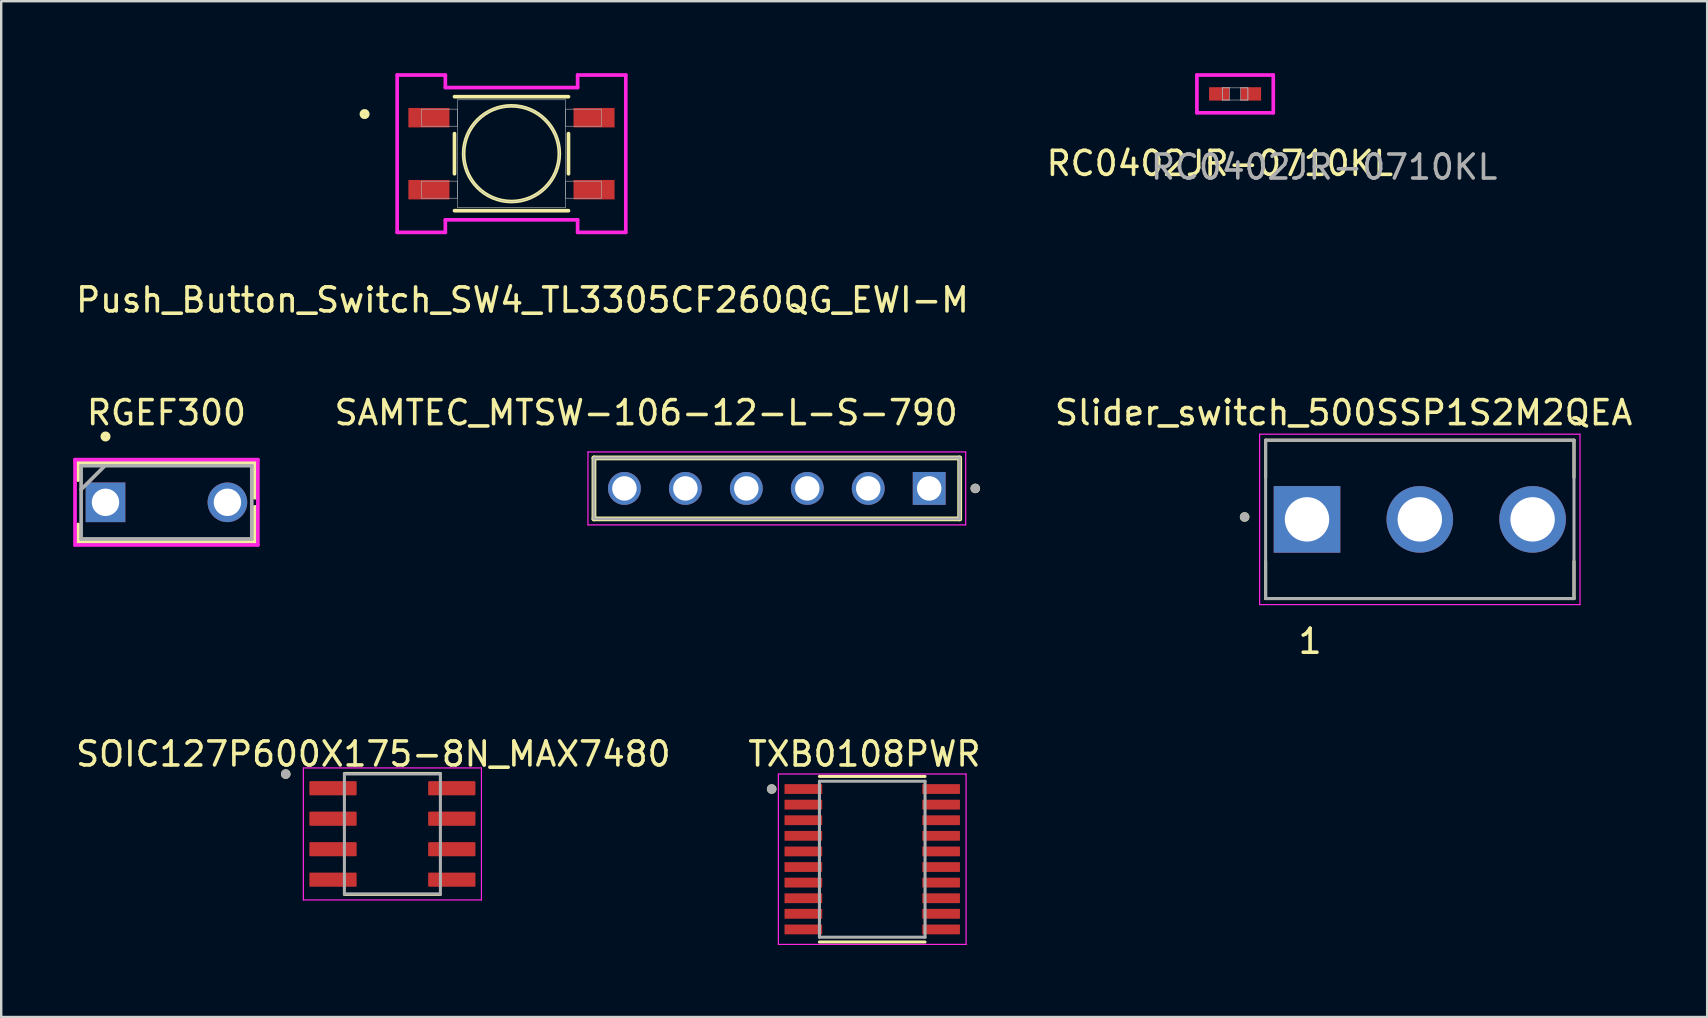
<source format=kicad_pcb>
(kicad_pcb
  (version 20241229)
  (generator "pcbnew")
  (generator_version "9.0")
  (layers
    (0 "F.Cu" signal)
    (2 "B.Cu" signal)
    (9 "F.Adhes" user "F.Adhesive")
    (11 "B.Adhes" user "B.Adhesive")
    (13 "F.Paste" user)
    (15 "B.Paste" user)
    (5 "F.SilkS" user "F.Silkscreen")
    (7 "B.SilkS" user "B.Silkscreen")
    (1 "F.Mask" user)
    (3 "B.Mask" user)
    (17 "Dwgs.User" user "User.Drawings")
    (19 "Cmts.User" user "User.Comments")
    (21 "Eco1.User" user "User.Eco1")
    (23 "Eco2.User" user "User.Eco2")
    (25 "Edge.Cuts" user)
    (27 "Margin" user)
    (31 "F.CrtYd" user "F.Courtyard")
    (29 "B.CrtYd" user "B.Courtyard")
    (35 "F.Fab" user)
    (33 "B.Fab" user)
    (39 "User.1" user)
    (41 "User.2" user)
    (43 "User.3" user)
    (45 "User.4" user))
  (footprint "Slider_switch_500SSP1S2M2QEA"
    (layer "F.Cu")
    (at 56.112 18.592)
    (property "Reference" "Slider_switch_500SSP1S2M2QEA" (at -3.175 -4.445 0) (layer "F.SilkS") (effects (font (size 1 1) (thickness 0.15))))
    (attr through_hole)
    (fp_line (start -6.425 -3.3) (end 6.425 -3.3) (stroke (width 0.127) (type solid)) (layer "F.SilkS"))
    (fp_line (start -6.425 -1.75) (end -6.425 -3.3) (stroke (width 0.127) (type solid)) (layer "F.SilkS"))
    (fp_line (start -6.425 3.3) (end -6.425 1.75) (stroke (width 0.127) (type solid)) (layer "F.SilkS"))
    (fp_line (start 6.425 -3.3) (end 6.425 -1.75) (stroke (width 0.127) (type solid)) (layer "F.SilkS"))
    (fp_line (start 6.425 1.75) (end 6.425 3.3) (stroke (width 0.127) (type solid)) (layer "F.SilkS"))
    (fp_line (start 6.425 3.3) (end -6.425 3.3) (stroke (width 0.127) (type solid)) (layer "F.SilkS"))
    (fp_circle (center -7.3 -0.1) (end -7.2 -0.1) (stroke (width 0.2) (type solid)) (fill no) (layer "F.SilkS"))
    (fp_line (start -6.675 -3.55) (end 6.675 -3.55) (stroke (width 0.05) (type solid)) (layer "F.CrtYd"))
    (fp_line (start -6.675 3.55) (end -6.675 -3.55) (stroke (width 0.05) (type solid)) (layer "F.CrtYd"))
    (fp_line (start 6.675 -3.55) (end 6.675 3.55) (stroke (width 0.05) (type solid)) (layer "F.CrtYd"))
    (fp_line (start 6.675 3.55) (end -6.675 3.55) (stroke (width 0.05) (type solid)) (layer "F.CrtYd"))
    (fp_line (start -6.425 -3.3) (end 6.425 -3.3) (stroke (width 0.127) (type solid)) (layer "F.Fab"))
    (fp_line (start -6.425 3.3) (end -6.425 -3.3) (stroke (width 0.127) (type solid)) (layer "F.Fab"))
    (fp_line (start 6.425 -3.3) (end 6.425 3.3) (stroke (width 0.127) (type solid)) (layer "F.Fab"))
    (fp_line (start 6.425 3.3) (end -6.425 3.3) (stroke (width 0.127) (type solid)) (layer "F.Fab"))
    (fp_circle (center -7.3 -0.1) (end -7.2 -0.1) (stroke (width 0.2) (type solid)) (fill no) (layer "F.Fab"))
    (fp_text user "1" (at -4.572 5.08 0) (unlocked yes) (layer "F.SilkS") (effects (font (size 1 1) (thickness 0.15))))
    (pad "1" thru_hole rect (at -4.7 0) (size 2.775 2.775) (drill 1.85) (layers "*.Cu" "*.Mask"))
    (pad "2" thru_hole circle (at 0 0) (size 2.775 2.775) (drill 1.85) (layers "*.Cu" "*.Mask"))
    (pad "3" thru_hole circle (at 4.7 0) (size 2.775 2.775) (drill 1.85) (layers "*.Cu" "*.Mask")))
  (footprint "SAMTEC_MTSW-106-12-L-S-790"
    (layer "F.Cu")
    (at 29.319 17.302)
    (property "Reference" "SAMTEC_MTSW-106-12-L-S-790" (at -5.445 -3.155 0) (layer "F.SilkS") (effects (font (size 1 1) (thickness 0.15))))
    (attr through_hole)
    (fp_line (start -7.62 1.27) (end -7.62 -1.27) (stroke (width 0.2) (type solid)) (layer "F.SilkS"))
    (fp_line (start 7.62 -1.27) (end -7.62 -1.27) (stroke (width 0.2) (type solid)) (layer "F.SilkS"))
    (fp_line (start 7.62 -1.27) (end 7.62 1.27) (stroke (width 0.2) (type solid)) (layer "F.SilkS"))
    (fp_line (start 7.62 1.27) (end -7.62 1.27) (stroke (width 0.2) (type solid)) (layer "F.SilkS"))
    (fp_circle (center 8.27 0) (end 8.37 0) (stroke (width 0.2) (type solid)) (fill no) (layer "F.SilkS"))
    (fp_line (start -7.87 -1.52) (end 7.87 -1.52) (stroke (width 0.05) (type solid)) (layer "F.CrtYd"))
    (fp_line (start -7.87 1.52) (end -7.87 -1.52) (stroke (width 0.05) (type solid)) (layer "F.CrtYd"))
    (fp_line (start 7.87 -1.52) (end 7.87 1.52) (stroke (width 0.05) (type solid)) (layer "F.CrtYd"))
    (fp_line (start 7.87 1.52) (end -7.87 1.52) (stroke (width 0.05) (type solid)) (layer "F.CrtYd"))
    (fp_line (start -7.62 -1.27) (end 7.62 -1.27) (stroke (width 0.1) (type solid)) (layer "F.Fab"))
    (fp_line (start -7.62 -1.27) (end 7.62 -1.27) (stroke (width 0.1) (type solid)) (layer "F.Fab"))
    (fp_line (start -7.62 1.27) (end -7.62 -1.27) (stroke (width 0.1) (type solid)) (layer "F.Fab"))
    (fp_line (start -7.62 1.27) (end -7.62 -1.27) (stroke (width 0.1) (type solid)) (layer "F.Fab"))
    (fp_line (start 7.62 -1.27) (end 7.62 1.27) (stroke (width 0.1) (type solid)) (layer "F.Fab"))
    (fp_line (start 7.62 -1.27) (end 7.62 1.27) (stroke (width 0.1) (type solid)) (layer "F.Fab"))
    (fp_line (start 7.62 1.27) (end -7.62 1.27) (stroke (width 0.1) (type solid)) (layer "F.Fab"))
    (fp_circle (center 8.27 0) (end 8.37 0) (stroke (width 0.2) (type solid)) (fill no) (layer "F.Fab"))
    (pad "01" thru_hole rect (at 6.35 0) (size 1.37 1.37) (drill 1.02) (layers "*.Cu" "*.Mask"))
    (pad "02" thru_hole circle (at 3.81 0) (size 1.37 1.37) (drill 1.02) (layers "*.Cu" "*.Mask"))
    (pad "03" thru_hole circle (at 1.27 0) (size 1.37 1.37) (drill 1.02) (layers "*.Cu" "*.Mask"))
    (pad "04" thru_hole circle (at -1.27 0) (size 1.37 1.37) (drill 1.02) (layers "*.Cu" "*.Mask"))
    (pad "05" thru_hole circle (at -3.81 0) (size 1.37 1.37) (drill 1.02) (layers "*.Cu" "*.Mask"))
    (pad "06" thru_hole circle (at -6.35 0) (size 1.37 1.37) (drill 1.02) (layers "*.Cu" "*.Mask")))
  (footprint "TXB0108PWR"
    (layer "F.Cu")
    (at 33.295 32.753)
    (property "Reference" "TXB0108PWR" (at -0.325 -4.385 0) (layer "F.SilkS") (effects (font (size 1 1) (thickness 0.15))))
    (attr smd)
    (fp_line (start -2.2 -3.45) (end 2.2 -3.45) (stroke (width 0.127) (type solid)) (layer "F.SilkS"))
    (fp_line (start -2.2 3.45) (end 2.2 3.45) (stroke (width 0.127) (type solid)) (layer "F.SilkS"))
    (fp_circle (center -4.19 -2.925) (end -4.09 -2.925) (stroke (width 0.2) (type solid)) (fill no) (layer "F.SilkS"))
    (fp_line (start -3.91 -3.55) (end -3.91 3.55) (stroke (width 0.05) (type solid)) (layer "F.CrtYd"))
    (fp_line (start -3.91 -3.55) (end 3.91 -3.55) (stroke (width 0.05) (type solid)) (layer "F.CrtYd"))
    (fp_line (start -3.91 3.55) (end 3.91 3.55) (stroke (width 0.05) (type solid)) (layer "F.CrtYd"))
    (fp_line (start 3.91 -3.55) (end 3.91 3.55) (stroke (width 0.05) (type solid)) (layer "F.CrtYd"))
    (fp_line (start -2.2 -3.25) (end -2.2 3.25) (stroke (width 0.127) (type solid)) (layer "F.Fab"))
    (fp_line (start -2.2 -3.25) (end 2.2 -3.25) (stroke (width 0.127) (type solid)) (layer "F.Fab"))
    (fp_line (start -2.2 3.25) (end 2.2 3.25) (stroke (width 0.127) (type solid)) (layer "F.Fab"))
    (fp_line (start 2.2 -3.25) (end 2.2 3.25) (stroke (width 0.127) (type solid)) (layer "F.Fab"))
    (fp_circle (center -4.19 -2.925) (end -4.09 -2.925) (stroke (width 0.2) (type solid)) (fill no) (layer "F.Fab"))
    (pad "1" smd roundrect (at -2.87 -2.925) (size 1.57 0.41) (layers "F.Cu" "F.Mask" "F.Paste") (roundrect_rratio 0.05))
    (pad "2" smd roundrect (at -2.87 -2.275) (size 1.57 0.41) (layers "F.Cu" "F.Mask" "F.Paste") (roundrect_rratio 0.05))
    (pad "3" smd roundrect (at -2.87 -1.625) (size 1.57 0.41) (layers "F.Cu" "F.Mask" "F.Paste") (roundrect_rratio 0.05))
    (pad "4" smd roundrect (at -2.87 -0.975) (size 1.57 0.41) (layers "F.Cu" "F.Mask" "F.Paste") (roundrect_rratio 0.05))
    (pad "5" smd roundrect (at -2.87 -0.325) (size 1.57 0.41) (layers "F.Cu" "F.Mask" "F.Paste") (roundrect_rratio 0.05))
    (pad "6" smd roundrect (at -2.87 0.325) (size 1.57 0.41) (layers "F.Cu" "F.Mask" "F.Paste") (roundrect_rratio 0.05))
    (pad "7" smd roundrect (at -2.87 0.975) (size 1.57 0.41) (layers "F.Cu" "F.Mask" "F.Paste") (roundrect_rratio 0.05))
    (pad "8" smd roundrect (at -2.87 1.625) (size 1.57 0.41) (layers "F.Cu" "F.Mask" "F.Paste") (roundrect_rratio 0.05))
    (pad "9" smd roundrect (at -2.87 2.275) (size 1.57 0.41) (layers "F.Cu" "F.Mask" "F.Paste") (roundrect_rratio 0.05))
    (pad "10" smd roundrect (at -2.87 2.925) (size 1.57 0.41) (layers "F.Cu" "F.Mask" "F.Paste") (roundrect_rratio 0.05))
    (pad "11" smd roundrect (at 2.87 2.925) (size 1.57 0.41) (layers "F.Cu" "F.Mask" "F.Paste") (roundrect_rratio 0.05))
    (pad "12" smd roundrect (at 2.87 2.275) (size 1.57 0.41) (layers "F.Cu" "F.Mask" "F.Paste") (roundrect_rratio 0.05))
    (pad "13" smd roundrect (at 2.87 1.625) (size 1.57 0.41) (layers "F.Cu" "F.Mask" "F.Paste") (roundrect_rratio 0.05))
    (pad "14" smd roundrect (at 2.87 0.975) (size 1.57 0.41) (layers "F.Cu" "F.Mask" "F.Paste") (roundrect_rratio 0.05))
    (pad "15" smd roundrect (at 2.87 0.325) (size 1.57 0.41) (layers "F.Cu" "F.Mask" "F.Paste") (roundrect_rratio 0.05))
    (pad "16" smd roundrect (at 2.87 -0.325) (size 1.57 0.41) (layers "F.Cu" "F.Mask" "F.Paste") (roundrect_rratio 0.05))
    (pad "17" smd roundrect (at 2.87 -0.975) (size 1.57 0.41) (layers "F.Cu" "F.Mask" "F.Paste") (roundrect_rratio 0.05))
    (pad "18" smd roundrect (at 2.87 -1.625) (size 1.57 0.41) (layers "F.Cu" "F.Mask" "F.Paste") (roundrect_rratio 0.05))
    (pad "19" smd roundrect (at 2.87 -2.275) (size 1.57 0.41) (layers "F.Cu" "F.Mask" "F.Paste") (roundrect_rratio 0.05))
    (pad "20" smd roundrect (at 2.87 -2.925) (size 1.57 0.41) (layers "F.Cu" "F.Mask" "F.Paste") (roundrect_rratio 0.05)))
  (footprint "RC0402JR-0710KL"
    (layer "F.Cu")
    (at 48.415 0.863)
    (property "Reference" "RC0402JR-0710KL" (at -0.635 2.896 0) (unlocked yes) (layer "F.SilkS") (effects (font (size 1 1) (thickness 0.15))))
    (attr smd)
    (fp_line (start -1.591 -0.787) (end 1.591 -0.787) (stroke (width 0.152) (type solid)) (layer "F.CrtYd"))
    (fp_line (start -1.591 0.787) (end -1.591 -0.787) (stroke (width 0.152) (type solid)) (layer "F.CrtYd"))
    (fp_line (start 1.591 -0.787) (end 1.591 0.787) (stroke (width 0.152) (type solid)) (layer "F.CrtYd"))
    (fp_line (start 1.591 0.787) (end -1.591 0.787) (stroke (width 0.152) (type solid)) (layer "F.CrtYd"))
    (fp_line (start -0.533 -0.254) (end -0.533 0.254) (stroke (width 0.025) (type solid)) (layer "F.Fab"))
    (fp_line (start -0.533 -0.254) (end -0.533 0.254) (stroke (width 0.025) (type solid)) (layer "F.Fab"))
    (fp_line (start -0.533 0.254) (end -0.229 0.254) (stroke (width 0.025) (type solid)) (layer "F.Fab"))
    (fp_line (start -0.533 0.254) (end 0.533 0.254) (stroke (width 0.025) (type solid)) (layer "F.Fab"))
    (fp_line (start -0.229 -0.254) (end -0.533 -0.254) (stroke (width 0.025) (type solid)) (layer "F.Fab"))
    (fp_line (start -0.229 0.254) (end -0.229 -0.254) (stroke (width 0.025) (type solid)) (layer "F.Fab"))
    (fp_line (start 0.229 -0.254) (end 0.229 0.254) (stroke (width 0.025) (type solid)) (layer "F.Fab"))
    (fp_line (start 0.229 0.254) (end 0.533 0.254) (stroke (width 0.025) (type solid)) (layer "F.Fab"))
    (fp_line (start 0.533 -0.254) (end -0.533 -0.254) (stroke (width 0.025) (type solid)) (layer "F.Fab"))
    (fp_line (start 0.533 -0.254) (end 0.229 -0.254) (stroke (width 0.025) (type solid)) (layer "F.Fab"))
    (fp_line (start 0.533 0.254) (end 0.533 -0.254) (stroke (width 0.025) (type solid)) (layer "F.Fab"))
    (fp_line (start 0.533 0.254) (end 0.533 -0.254) (stroke (width 0.025) (type solid)) (layer "F.Fab"))
    (fp_text user "${REFERENCE}" (at 3.708 3.048 0) (unlocked yes) (layer "F.Fab") (effects (font (size 1 1) (thickness 0.15))))
    (pad "1" smd rect (at -0.656 0) (size 0.855 0.558) (layers "F.Cu" "F.Mask" "F.Paste"))
    (pad "2" smd rect (at 0.656 0) (size 0.855 0.558) (layers "F.Cu" "F.Mask" "F.Paste"))
    (zone (net_name "") (layer "F.Cu") (hatch full 0.508) (connect_pads) (min_thickness 0.254) (filled_areas_thickness no) (keepout (tracks not_allowed) (vias not_allowed) (pads allowed) (copperpour not_allowed) (footprints allowed)) (placement (enabled no)) (fill) (polygon (pts (xy 48.237 0.66) (xy 48.593 0.66) (xy 48.593 1.066) (xy 48.237 1.066)))))
  (footprint "SOIC127P600X175-8N_MAX7480"
    (layer "F.Cu")
    (at 13.301 31.7)
    (property "Reference" "SOIC127P600X175-8N_MAX7480" (at -0.795 -3.332 0) (layer "F.SilkS") (effects (font (size 1 1) (thickness 0.15))))
    (attr smd)
    (fp_line (start -2 -2.52) (end 2 -2.52) (stroke (width 0.127) (type solid)) (layer "F.SilkS"))
    (fp_line (start -2 2.52) (end 2 2.52) (stroke (width 0.127) (type solid)) (layer "F.SilkS"))
    (fp_circle (center -4.445 -2.495) (end -4.345 -2.495) (stroke (width 0.2) (type solid)) (fill no) (layer "F.SilkS"))
    (fp_line (start -3.71 -2.75) (end -3.71 2.75) (stroke (width 0.05) (type solid)) (layer "F.CrtYd"))
    (fp_line (start -3.71 -2.75) (end 3.71 -2.75) (stroke (width 0.05) (type solid)) (layer "F.CrtYd"))
    (fp_line (start -3.71 2.75) (end 3.71 2.75) (stroke (width 0.05) (type solid)) (layer "F.CrtYd"))
    (fp_line (start 3.71 -2.75) (end 3.71 2.75) (stroke (width 0.05) (type solid)) (layer "F.CrtYd"))
    (fp_line (start -2 -2.5) (end -2 2.5) (stroke (width 0.127) (type solid)) (layer "F.Fab"))
    (fp_line (start -2 -2.5) (end 2 -2.5) (stroke (width 0.127) (type solid)) (layer "F.Fab"))
    (fp_line (start -2 2.5) (end 2 2.5) (stroke (width 0.127) (type solid)) (layer "F.Fab"))
    (fp_line (start 2 -2.5) (end 2 2.5) (stroke (width 0.127) (type solid)) (layer "F.Fab"))
    (fp_circle (center -4.445 -2.495) (end -4.345 -2.495) (stroke (width 0.2) (type solid)) (fill no) (layer "F.Fab"))
    (pad "1" smd roundrect (at -2.475 -1.905) (size 1.97 0.59) (layers "F.Cu" "F.Mask" "F.Paste") (roundrect_rratio 0.07))
    (pad "2" smd roundrect (at -2.475 -0.635) (size 1.97 0.59) (layers "F.Cu" "F.Mask" "F.Paste") (roundrect_rratio 0.07))
    (pad "3" smd roundrect (at -2.475 0.635) (size 1.97 0.59) (layers "F.Cu" "F.Mask" "F.Paste") (roundrect_rratio 0.07))
    (pad "4" smd roundrect (at -2.475 1.905) (size 1.97 0.59) (layers "F.Cu" "F.Mask" "F.Paste") (roundrect_rratio 0.07))
    (pad "5" smd roundrect (at 2.475 1.905) (size 1.97 0.59) (layers "F.Cu" "F.Mask" "F.Paste") (roundrect_rratio 0.07))
    (pad "6" smd roundrect (at 2.475 0.635) (size 1.97 0.59) (layers "F.Cu" "F.Mask" "F.Paste") (roundrect_rratio 0.07))
    (pad "7" smd roundrect (at 2.475 -0.635) (size 1.97 0.59) (layers "F.Cu" "F.Mask" "F.Paste") (roundrect_rratio 0.07))
    (pad "8" smd roundrect (at 2.475 -1.905) (size 1.97 0.59) (layers "F.Cu" "F.Mask" "F.Paste") (roundrect_rratio 0.07)))
  (footprint "RGEF300"
    (layer "F.Cu")
    (at 1.346 17.881)
    (property "Reference" "RGEF300" (at 2.54 -3.734 0) (layer "F.SilkS") (effects (font (size 1 1) (thickness 0.15))))
    (attr through_hole)
    (fp_line (start -1.143 -1.651) (end -1.143 -0.925) (stroke (width 0.152) (type solid)) (layer "F.SilkS"))
    (fp_line (start -1.143 0.925) (end -1.143 1.651) (stroke (width 0.152) (type solid)) (layer "F.SilkS"))
    (fp_line (start -1.143 1.651) (end 6.223 1.651) (stroke (width 0.152) (type solid)) (layer "F.SilkS"))
    (fp_line (start 6.223 -1.651) (end -1.143 -1.651) (stroke (width 0.152) (type solid)) (layer "F.SilkS"))
    (fp_line (start 6.223 -0.187) (end 6.223 -1.651) (stroke (width 0.152) (type solid)) (layer "F.SilkS"))
    (fp_line (start 6.223 1.651) (end 6.223 0.187) (stroke (width 0.152) (type solid)) (layer "F.SilkS"))
    (fp_circle (center 0 -2.743) (end 0.11 -2.743) (stroke (width 0.2) (type solid)) (fill no) (layer "F.SilkS"))
    (fp_line (start -1.27 -1.778) (end 6.35 -1.778) (stroke (width 0.152) (type solid)) (layer "F.CrtYd"))
    (fp_line (start -1.27 1.778) (end -1.27 -1.778) (stroke (width 0.152) (type solid)) (layer "F.CrtYd"))
    (fp_line (start 6.35 -1.778) (end 6.35 1.778) (stroke (width 0.152) (type solid)) (layer "F.CrtYd"))
    (fp_line (start 6.35 1.778) (end -1.27 1.778) (stroke (width 0.152) (type solid)) (layer "F.CrtYd"))
    (fp_line (start -1.016 -1.524) (end -1.016 1.524) (stroke (width 0.152) (type solid)) (layer "F.Fab"))
    (fp_line (start -1.016 -0.533) (end -0.025 -1.524) (stroke (width 0.152) (type solid)) (layer "F.Fab"))
    (fp_line (start -1.016 1.524) (end 6.096 1.524) (stroke (width 0.152) (type solid)) (layer "F.Fab"))
    (fp_line (start 6.096 -1.524) (end -1.016 -1.524) (stroke (width 0.152) (type solid)) (layer "F.Fab"))
    (fp_line (start 6.096 1.524) (end 6.096 -1.524) (stroke (width 0.152) (type solid)) (layer "F.Fab"))
    (pad "1" thru_hole rect (at 0 0) (size 1.651 1.651) (drill 1.143) (layers "*.Cu" "*.Mask"))
    (pad "2" thru_hole circle (at 5.08 0) (size 1.651 1.651) (drill 1.143) (layers "*.Cu" "*.Mask")))
  (footprint "Push_Button_Switch_SW4_TL3305CF260QG_EWI-M"
    (layer "F.Cu")
    (at 18.263 3.354)
    (property "Reference" "Push_Button_Switch_SW4_TL3305CF260QG_EWI-M" (at 0.457 6.096 0) (unlocked yes) (layer "F.SilkS") (effects (font (size 1 1) (thickness 0.15))))
    (attr smd)
    (fp_line (start -2.375 -0.837) (end -2.375 0.837) (stroke (width 0.152) (type solid)) (layer "F.SilkS"))
    (fp_line (start -2.375 2.375) (end 2.375 2.375) (stroke (width 0.152) (type solid)) (layer "F.SilkS"))
    (fp_line (start 2.375 -2.375) (end -2.375 -2.375) (stroke (width 0.152) (type solid)) (layer "F.SilkS"))
    (fp_line (start 2.375 0.837) (end 2.375 -0.837) (stroke (width 0.152) (type solid)) (layer "F.SilkS"))
    (fp_circle (center -6.121 -1.651) (end -6.011 -1.651) (stroke (width 0.2) (type solid)) (fill no) (layer "F.SilkS"))
    (fp_circle (center 0 0) (end 1.994 0) (stroke (width 0.152) (type solid)) (fill no) (layer "F.SilkS"))
    (fp_line (start -4.763 -3.278) (end -2.756 -3.278) (stroke (width 0.152) (type solid)) (layer "F.CrtYd"))
    (fp_line (start -4.763 3.278) (end -4.763 -3.278) (stroke (width 0.152) (type solid)) (layer "F.CrtYd"))
    (fp_line (start -2.756 -3.278) (end -2.756 -2.756) (stroke (width 0.152) (type solid)) (layer "F.CrtYd"))
    (fp_line (start -2.756 -2.756) (end 2.756 -2.756) (stroke (width 0.152) (type solid)) (layer "F.CrtYd"))
    (fp_line (start -2.756 2.756) (end -2.756 3.278) (stroke (width 0.152) (type solid)) (layer "F.CrtYd"))
    (fp_line (start -2.756 3.278) (end -4.763 3.278) (stroke (width 0.152) (type solid)) (layer "F.CrtYd"))
    (fp_line (start 2.756 -3.278) (end 4.763 -3.278) (stroke (width 0.152) (type solid)) (layer "F.CrtYd"))
    (fp_line (start 2.756 -2.756) (end 2.756 -3.278) (stroke (width 0.152) (type solid)) (layer "F.CrtYd"))
    (fp_line (start 2.756 2.756) (end -2.756 2.756) (stroke (width 0.152) (type solid)) (layer "F.CrtYd"))
    (fp_line (start 2.756 3.278) (end 2.756 2.756) (stroke (width 0.152) (type solid)) (layer "F.CrtYd"))
    (fp_line (start 4.763 -3.278) (end 4.763 3.278) (stroke (width 0.152) (type solid)) (layer "F.CrtYd"))
    (fp_line (start 4.763 3.278) (end 2.756 3.278) (stroke (width 0.152) (type solid)) (layer "F.CrtYd"))
    (fp_line (start -3.747 -1.856) (end -3.747 -1.144) (stroke (width 0.025) (type solid)) (layer "F.Fab"))
    (fp_line (start -3.747 -1.144) (end -2.248 -1.144) (stroke (width 0.025) (type solid)) (layer "F.Fab"))
    (fp_line (start -3.747 1.144) (end -3.747 1.856) (stroke (width 0.025) (type solid)) (layer "F.Fab"))
    (fp_line (start -3.747 1.856) (end -2.248 1.856) (stroke (width 0.025) (type solid)) (layer "F.Fab"))
    (fp_line (start -2.248 -2.248) (end -2.248 2.248) (stroke (width 0.025) (type solid)) (layer "F.Fab"))
    (fp_line (start -2.248 -1.856) (end -3.747 -1.856) (stroke (width 0.025) (type solid)) (layer "F.Fab"))
    (fp_line (start -2.248 -1.144) (end -2.248 -1.856) (stroke (width 0.025) (type solid)) (layer "F.Fab"))
    (fp_line (start -2.248 1.144) (end -3.747 1.144) (stroke (width 0.025) (type solid)) (layer "F.Fab"))
    (fp_line (start -2.248 1.856) (end -2.248 1.144) (stroke (width 0.025) (type solid)) (layer "F.Fab"))
    (fp_line (start -2.248 2.248) (end 2.248 2.248) (stroke (width 0.025) (type solid)) (layer "F.Fab"))
    (fp_line (start 2.248 -2.248) (end -2.248 -2.248) (stroke (width 0.025) (type solid)) (layer "F.Fab"))
    (fp_line (start 2.248 -1.856) (end 2.248 -1.144) (stroke (width 0.025) (type solid)) (layer "F.Fab"))
    (fp_line (start 2.248 -1.144) (end 3.747 -1.144) (stroke (width 0.025) (type solid)) (layer "F.Fab"))
    (fp_line (start 2.248 1.144) (end 2.248 1.856) (stroke (width 0.025) (type solid)) (layer "F.Fab"))
    (fp_line (start 2.248 1.856) (end 3.747 1.856) (stroke (width 0.025) (type solid)) (layer "F.Fab"))
    (fp_line (start 2.248 2.248) (end 2.248 -2.248) (stroke (width 0.025) (type solid)) (layer "F.Fab"))
    (fp_line (start 3.747 -1.856) (end 2.248 -1.856) (stroke (width 0.025) (type solid)) (layer "F.Fab"))
    (fp_line (start 3.747 -1.144) (end 3.747 -1.856) (stroke (width 0.025) (type solid)) (layer "F.Fab"))
    (fp_line (start 3.747 1.144) (end 2.248 1.144) (stroke (width 0.025) (type solid)) (layer "F.Fab"))
    (fp_line (start 3.747 1.856) (end 3.747 1.144) (stroke (width 0.025) (type solid)) (layer "F.Fab"))
    (fp_circle (center 0 0) (end 1.994 0) (stroke (width 0.025) (type solid)) (fill no) (layer "F.Fab"))
    (pad "1" smd rect (at -3.441 -1.5) (size 1.711 0.811) (layers "F.Cu" "F.Mask" "F.Paste"))
    (pad "2" smd rect (at 3.441 -1.5) (size 1.711 0.811) (layers "F.Cu" "F.Mask" "F.Paste"))
    (pad "3" smd rect (at -3.441 1.5) (size 1.711 0.811) (layers "F.Cu" "F.Mask" "F.Paste"))
    (pad "4" smd rect (at 3.441 1.5) (size 1.711 0.811) (layers "F.Cu" "F.Mask" "F.Paste")))
  (gr_rect
    (start -3 -3)
    (end 68.086 39.328)
    (stroke (width 0.1) (type default))
    (fill no)
    (layer "Edge.Cuts")))
</source>
